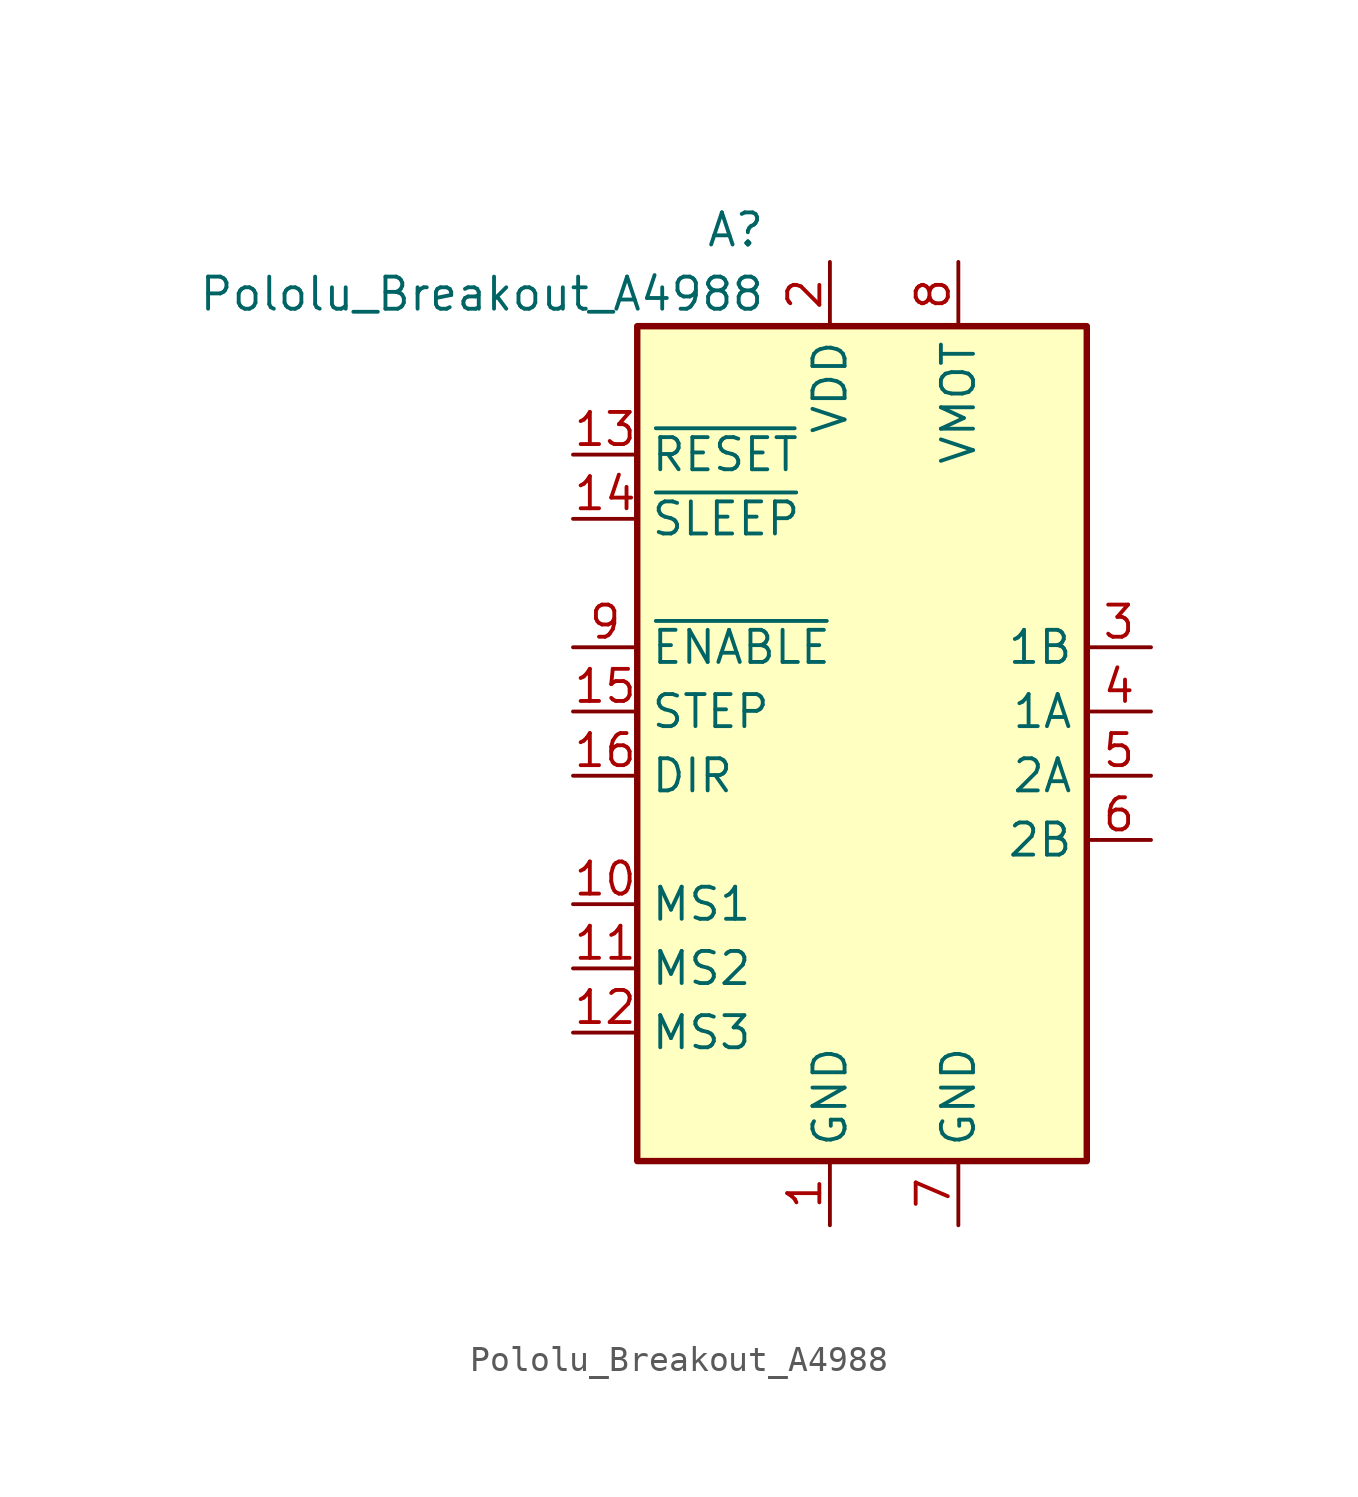
<source format=kicad_sym>
(kicad_symbol_lib
  (version 20241209)
  (generator "kicad_symbol_editor")
  (generator_version "9.0")
  (symbol "Pololu_Breakout_A4988"
    (property "Reference" "A"
      (at -2.54 19.05 0)
      (effects (font (size 1.27 1.27)) (justify right)))
    (property "Value" "Pololu_Breakout_A4988"
      (at -2.54 16.51 0)
      (effects (font (size 1.27 1.27)) (justify right)))
    (symbol "Pololu_Breakout_A4988_0_1"
      (rectangle (start 10.16 -17.78) (end -7.62 15.24) (stroke (width 0.254) (type default)) (fill (type background))))
    (symbol "Pololu_Breakout_A4988_1_1"
      (pin input line (at -10.16 10.16 0) (length 2.54) (name "~{RESET}" (effects (font (size 1.27 1.27)))) (number "13" (effects (font (size 1.27 1.27)))))
      (pin input line (at -10.16 7.62 0) (length 2.54) (name "~{SLEEP}" (effects (font (size 1.27 1.27)))) (number "14" (effects (font (size 1.27 1.27)))))
      (pin input line (at -10.16 2.54 0) (length 2.54) (name "~{ENABLE}" (effects (font (size 1.27 1.27)))) (number "9" (effects (font (size 1.27 1.27)))))
      (pin input line (at -10.16 0 0) (length 2.54) (name "STEP" (effects (font (size 1.27 1.27)))) (number "15" (effects (font (size 1.27 1.27)))))
      (pin input line (at -10.16 -2.54 0) (length 2.54) (name "DIR" (effects (font (size 1.27 1.27)))) (number "16" (effects (font (size 1.27 1.27)))))
      (pin input line (at -10.16 -7.62 0) (length 2.54) (name "MS1" (effects (font (size 1.27 1.27)))) (number "10" (effects (font (size 1.27 1.27)))))
      (pin input line (at -10.16 -10.16 0) (length 2.54) (name "MS2" (effects (font (size 1.27 1.27)))) (number "11" (effects (font (size 1.27 1.27)))))
      (pin input line (at -10.16 -12.7 0) (length 2.54) (name "MS3" (effects (font (size 1.27 1.27)))) (number "12" (effects (font (size 1.27 1.27)))))
      (pin power_in line (at 0 17.78 270) (length 2.54) (name "VDD" (effects (font (size 1.27 1.27)))) (number "2" (effects (font (size 1.27 1.27)))))
      (pin passive line (at 0 -20.32 90) (length 2.54) (name "GND" (effects (font (size 1.27 1.27)))) (number "1" (effects (font (size 1.27 1.27)))))
      (pin power_in line (at 5.08 17.78 270) (length 2.54) (name "VMOT" (effects (font (size 1.27 1.27)))) (number "8" (effects (font (size 1.27 1.27)))))
      (pin passive line (at 5.08 -20.32 90) (length 2.54) (name "GND" (effects (font (size 1.27 1.27)))) (number "7" (effects (font (size 1.27 1.27)))))
      (pin output line (at 12.7 2.54 180) (length 2.54) (name "1B" (effects (font (size 1.27 1.27)))) (number "3" (effects (font (size 1.27 1.27)))))
      (pin output line (at 12.7 0 180) (length 2.54) (name "1A" (effects (font (size 1.27 1.27)))) (number "4" (effects (font (size 1.27 1.27)))))
      (pin output line (at 12.7 -2.54 180) (length 2.54) (name "2A" (effects (font (size 1.27 1.27)))) (number "5" (effects (font (size 1.27 1.27)))))
      (pin output line (at 12.7 -5.08 180) (length 2.54) (name "2B" (effects (font (size 1.27 1.27)))) (number "6" (effects (font (size 1.27 1.27))))))))
</source>
